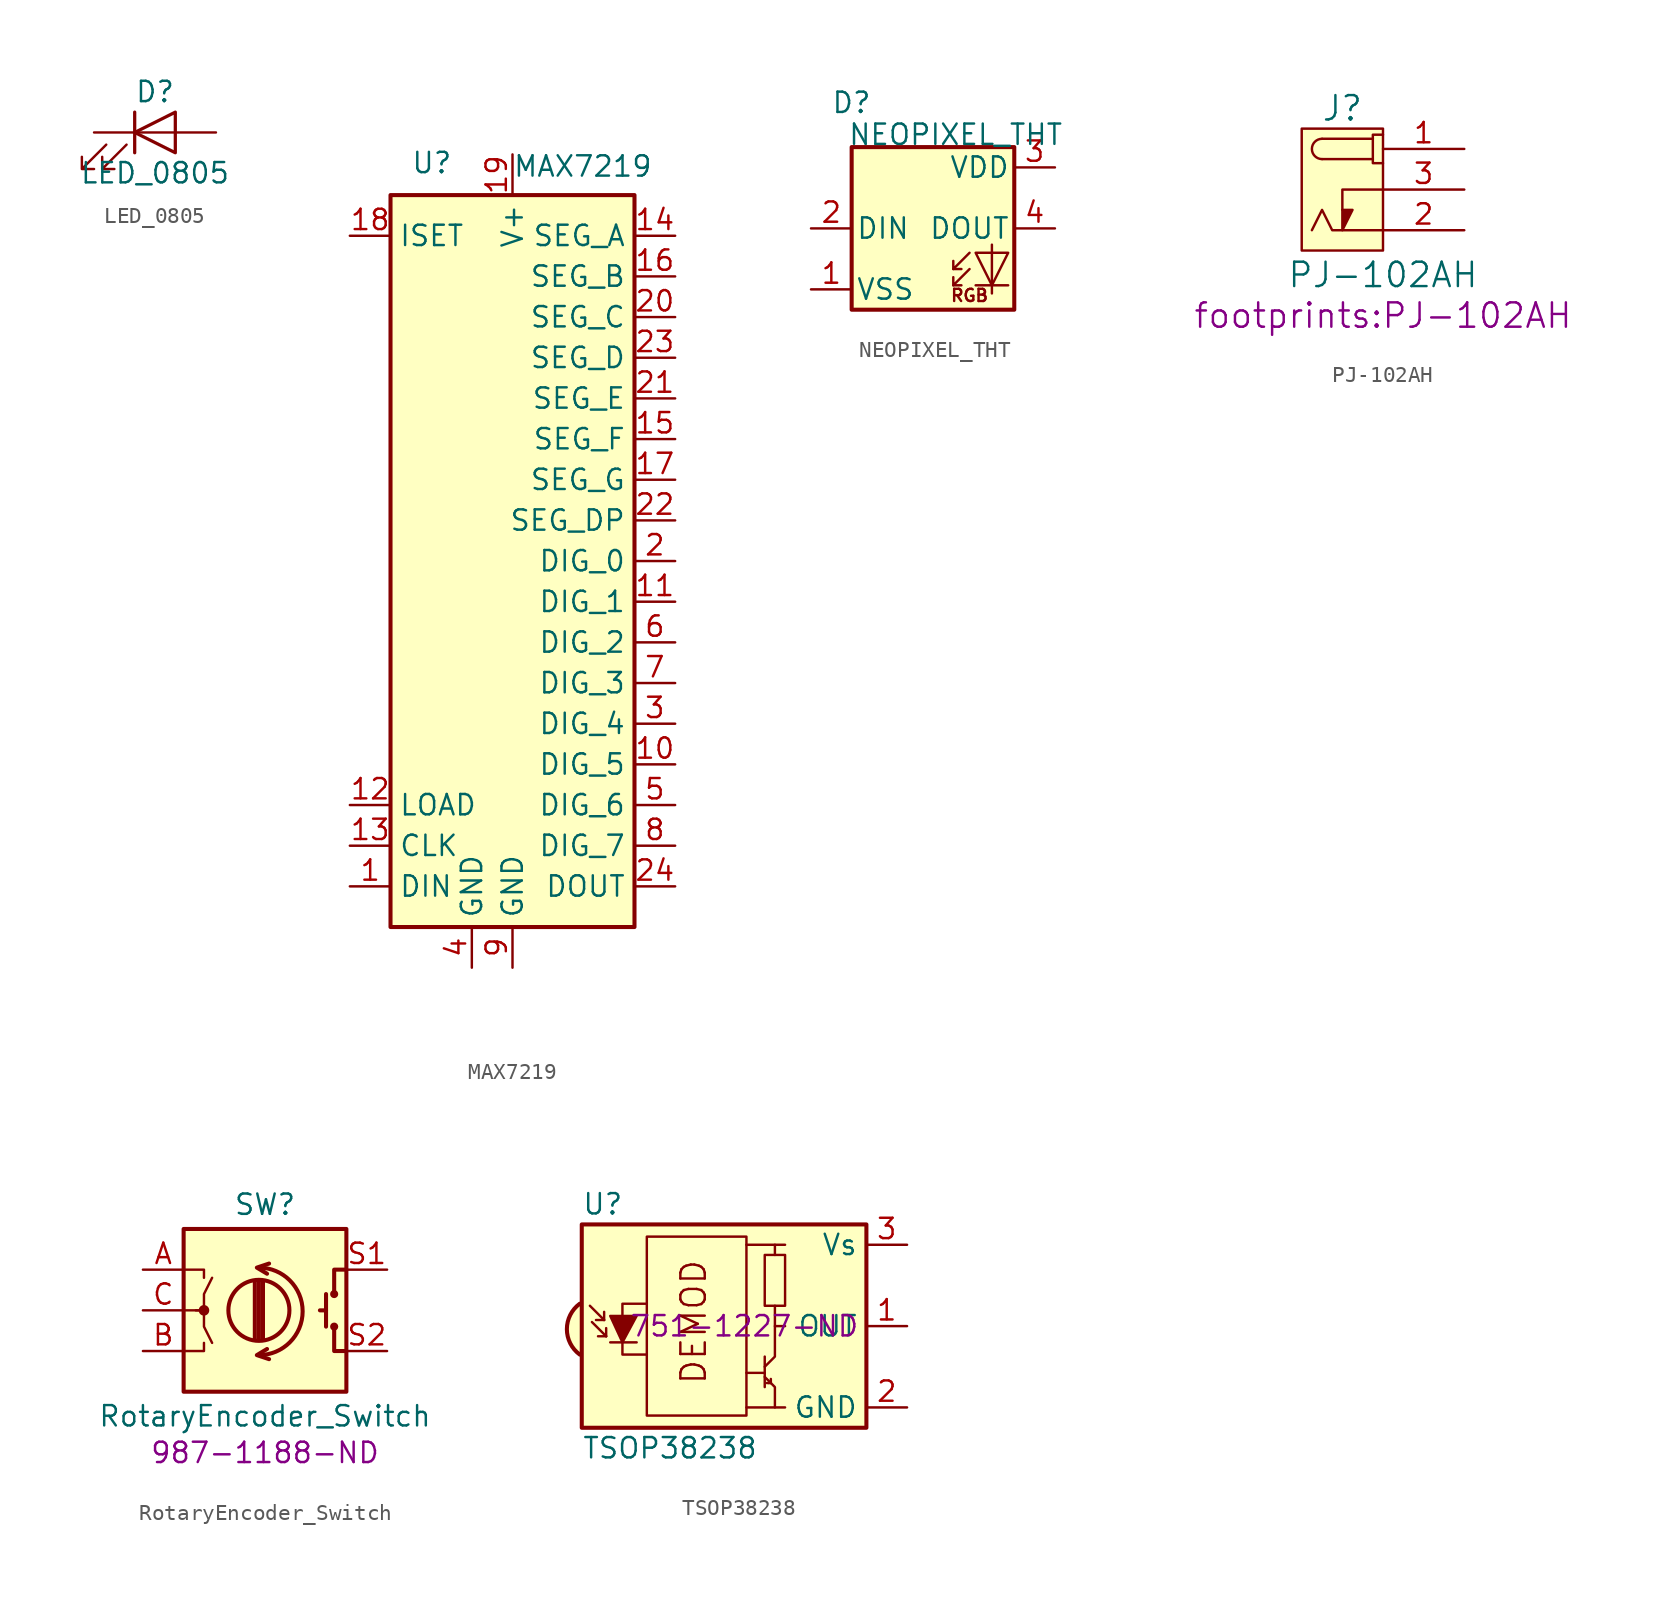
<source format=kicad_sym>
(kicad_symbol_lib
  (version 20211014)
  (generator kicad_symbol_editor)
  (symbol "LED_0805"
    (pin_numbers hide)
    (pin_names
      (offset 1.016) hide)
    (property "Reference" "D"
      (at 0 2.54 0)
      (effects (font (size 1.27 1.27))))
    (property "Value" "LED_0805"
      (at 0 -2.54 0)
      (effects (font (size 1.27 1.27))))
    (symbol "LED_0805_0_1"
      (polyline (pts (xy -1.27 -1.27) (xy -1.27 1.27)) (stroke (width 0.203) (type default) (color 0 0 0 0)) (fill (type none)))
      (polyline (pts (xy -1.27 0) (xy 1.27 0)) (stroke (width 0) (type default) (color 0 0 0 0)) (fill (type none)))
      (polyline (pts (xy 1.27 -1.27) (xy 1.27 1.27) (xy -1.27 0) (xy 1.27 -1.27)) (stroke (width 0.203) (type default) (color 0 0 0 0)) (fill (type none)))
      (polyline (pts (xy -3.048 -0.762) (xy -4.572 -2.286) (xy -3.81 -2.286) (xy -4.572 -2.286) (xy -4.572 -1.524)) (stroke (width 0) (type default) (color 0 0 0 0)) (fill (type none)))
      (polyline (pts (xy -1.778 -0.762) (xy -3.302 -2.286) (xy -2.54 -2.286) (xy -3.302 -2.286) (xy -3.302 -1.524)) (stroke (width 0) (type default) (color 0 0 0 0)) (fill (type none))))
    (symbol "LED_0805_1_1"
      (pin passive line (at -3.81 0 0) (length 2.54) (name "K" (effects (font (size 1.27 1.27)))) (number "1" (effects (font (size 1.27 1.27)))))
      (pin passive line (at 3.81 0 180) (length 2.54) (name "A" (effects (font (size 1.27 1.27)))) (number "2" (effects (font (size 1.27 1.27)))))))
  (symbol "MAX7219"
    (property "Reference" "U"
      (at -6.35 24.13 0)
      (effects (font (size 1.27 1.27)) (justify left bottom)))
    (property "Value" "MAX7219"
      (at 0 25.4 0)
      (effects (font (size 1.27 1.27)) (justify left top)))
    (symbol "MAX7219_0_1"
      (rectangle (start -7.62 22.86) (end 7.62 -22.86) (stroke (width 0.254) (type default) (color 0 0 0 0)) (fill (type background))))
    (symbol "MAX7219_1_1"
      (pin input line (at -10.16 -20.32 0) (length 2.54) (name "DIN" (effects (font (size 1.27 1.27)))) (number "1" (effects (font (size 1.27 1.27)))))
      (pin output line (at 10.16 -12.7 180) (length 2.54) (name "DIG_5" (effects (font (size 1.27 1.27)))) (number "10" (effects (font (size 1.27 1.27)))))
      (pin output line (at 10.16 -2.54 180) (length 2.54) (name "DIG_1" (effects (font (size 1.27 1.27)))) (number "11" (effects (font (size 1.27 1.27)))))
      (pin input line (at -10.16 -15.24 0) (length 2.54) (name "LOAD" (effects (font (size 1.27 1.27)))) (number "12" (effects (font (size 1.27 1.27)))))
      (pin input line (at -10.16 -17.78 0) (length 2.54) (name "CLK" (effects (font (size 1.27 1.27)))) (number "13" (effects (font (size 1.27 1.27)))))
      (pin output line (at 10.16 20.32 180) (length 2.54) (name "SEG_A" (effects (font (size 1.27 1.27)))) (number "14" (effects (font (size 1.27 1.27)))))
      (pin output line (at 10.16 7.62 180) (length 2.54) (name "SEG_F" (effects (font (size 1.27 1.27)))) (number "15" (effects (font (size 1.27 1.27)))))
      (pin output line (at 10.16 17.78 180) (length 2.54) (name "SEG_B" (effects (font (size 1.27 1.27)))) (number "16" (effects (font (size 1.27 1.27)))))
      (pin output line (at 10.16 5.08 180) (length 2.54) (name "SEG_G" (effects (font (size 1.27 1.27)))) (number "17" (effects (font (size 1.27 1.27)))))
      (pin input line (at -10.16 20.32 0) (length 2.54) (name "ISET" (effects (font (size 1.27 1.27)))) (number "18" (effects (font (size 1.27 1.27)))))
      (pin power_in line (at 0 25.4 270) (length 2.54) (name "V+" (effects (font (size 1.27 1.27)))) (number "19" (effects (font (size 1.27 1.27)))))
      (pin output line (at 10.16 0 180) (length 2.54) (name "DIG_0" (effects (font (size 1.27 1.27)))) (number "2" (effects (font (size 1.27 1.27)))))
      (pin output line (at 10.16 15.24 180) (length 2.54) (name "SEG_C" (effects (font (size 1.27 1.27)))) (number "20" (effects (font (size 1.27 1.27)))))
      (pin output line (at 10.16 10.16 180) (length 2.54) (name "SEG_E" (effects (font (size 1.27 1.27)))) (number "21" (effects (font (size 1.27 1.27)))))
      (pin output line (at 10.16 2.54 180) (length 2.54) (name "SEG_DP" (effects (font (size 1.27 1.27)))) (number "22" (effects (font (size 1.27 1.27)))))
      (pin output line (at 10.16 12.7 180) (length 2.54) (name "SEG_D" (effects (font (size 1.27 1.27)))) (number "23" (effects (font (size 1.27 1.27)))))
      (pin output line (at 10.16 -20.32 180) (length 2.54) (name "DOUT" (effects (font (size 1.27 1.27)))) (number "24" (effects (font (size 1.27 1.27)))))
      (pin output line (at 10.16 -10.16 180) (length 2.54) (name "DIG_4" (effects (font (size 1.27 1.27)))) (number "3" (effects (font (size 1.27 1.27)))))
      (pin power_in line (at -2.54 -25.4 90) (length 2.54) (name "GND" (effects (font (size 1.27 1.27)))) (number "4" (effects (font (size 1.27 1.27)))))
      (pin output line (at 10.16 -15.24 180) (length 2.54) (name "DIG_6" (effects (font (size 1.27 1.27)))) (number "5" (effects (font (size 1.27 1.27)))))
      (pin output line (at 10.16 -5.08 180) (length 2.54) (name "DIG_2" (effects (font (size 1.27 1.27)))) (number "6" (effects (font (size 1.27 1.27)))))
      (pin output line (at 10.16 -7.62 180) (length 2.54) (name "DIG_3" (effects (font (size 1.27 1.27)))) (number "7" (effects (font (size 1.27 1.27)))))
      (pin output line (at 10.16 -17.78 180) (length 2.54) (name "DIG_7" (effects (font (size 1.27 1.27)))) (number "8" (effects (font (size 1.27 1.27)))))
      (pin power_in line (at 0 -25.4 90) (length 2.54) (name "GND" (effects (font (size 1.27 1.27)))) (number "9" (effects (font (size 1.27 1.27)))))))
  (symbol "NEOPIXEL_THT"
    (pin_names
      (offset 0.254))
    (property "Reference" "D"
      (at -3.81 7.112 0)
      (effects (font (size 1.27 1.27)) (justify right bottom)))
    (property "Value" "NEOPIXEL_THT"
      (at -5.334 6.604 0)
      (effects (font (size 1.27 1.27)) (justify left top)))
    (symbol "NEOPIXEL_THT_0_0"
      (text "RGB" (at 2.286 -4.191 0) (effects (font (size 0.762 0.762)))))
    (symbol "NEOPIXEL_THT_0_1"
      (polyline (pts (xy 1.27 -3.556) (xy 1.778 -3.556)) (stroke (width 0) (type default) (color 0 0 0 0)) (fill (type none)))
      (polyline (pts (xy 1.27 -2.54) (xy 1.778 -2.54)) (stroke (width 0) (type default) (color 0 0 0 0)) (fill (type none)))
      (polyline (pts (xy 4.699 -3.556) (xy 2.667 -3.556)) (stroke (width 0) (type default) (color 0 0 0 0)) (fill (type none)))
      (polyline (pts (xy 2.286 -2.54) (xy 1.27 -3.556) (xy 1.27 -3.048)) (stroke (width 0) (type default) (color 0 0 0 0)) (fill (type none)))
      (polyline (pts (xy 2.286 -1.524) (xy 1.27 -2.54) (xy 1.27 -2.032)) (stroke (width 0) (type default) (color 0 0 0 0)) (fill (type none)))
      (polyline (pts (xy 3.683 -1.016) (xy 3.683 -3.556) (xy 3.683 -4.064)) (stroke (width 0) (type default) (color 0 0 0 0)) (fill (type none)))
      (polyline (pts (xy 4.699 -1.524) (xy 2.667 -1.524) (xy 3.683 -3.556) (xy 4.699 -1.524)) (stroke (width 0) (type default) (color 0 0 0 0)) (fill (type none)))
      (rectangle (start 5.08 5.08) (end -5.08 -5.08) (stroke (width 0.254) (type default) (color 0 0 0 0)) (fill (type background))))
    (symbol "NEOPIXEL_THT_1_1"
      (pin power_in line (at -7.62 -3.81 0) (length 2.54) (name "VSS" (effects (font (size 1.27 1.27)))) (number "1" (effects (font (size 1.27 1.27)))))
      (pin input line (at -7.62 0 0) (length 2.54) (name "DIN" (effects (font (size 1.27 1.27)))) (number "2" (effects (font (size 1.27 1.27)))))
      (pin power_in line (at 7.62 3.81 180) (length 2.54) (name "VDD" (effects (font (size 1.27 1.27)))) (number "3" (effects (font (size 1.27 1.27)))))
      (pin output line (at 7.62 0 180) (length 2.54) (name "DOUT" (effects (font (size 1.27 1.27)))) (number "4" (effects (font (size 1.27 1.27)))))))
  (symbol "PJ-102AH"
    (pin_names
      (offset 1.016) hide)
    (property "Reference" "J"
      (at -2.54 5.08 0)
      (effects (font (size 1.524 1.524))))
    (property "Value" "PJ-102AH"
      (at 0 -5.334 0)
      (effects (font (size 1.524 1.524))))
    (property "Footprint" "footprints:PJ-102AH"
      (at 0 -7.874 0)
      (effects (font (size 1.524 1.524))))
    (symbol "PJ-102AH_0_1"
      (arc (start -3.81 3.175) (mid -4.445 2.54) (end -3.81 1.905) (stroke (width 0) (type default) (color 0 0 0 0)) (fill (type none)))
      (polyline (pts (xy -0.635 1.905) (xy -3.81 1.905)) (stroke (width 0) (type default) (color 0 0 0 0)) (fill (type none)))
      (polyline (pts (xy -0.635 1.905) (xy -0.635 3.175)) (stroke (width 0) (type default) (color 0 0 0 0)) (fill (type none)))
      (polyline (pts (xy -0.635 3.175) (xy -3.81 3.175)) (stroke (width 0) (type default) (color 0 0 0 0)) (fill (type none)))
      (polyline (pts (xy -2.54 -1.27) (xy -2.54 0) (xy 0 0)) (stroke (width 0) (type default) (color 0 0 0 0)) (fill (type none)))
      (polyline (pts (xy -0.635 1.905) (xy -0.635 1.651) (xy 0 1.651)) (stroke (width 0) (type default) (color 0 0 0 0)) (fill (type none)))
      (polyline (pts (xy -0.635 3.175) (xy -0.635 3.429) (xy 0 3.429)) (stroke (width 0) (type default) (color 0 0 0 0)) (fill (type none)))
      (polyline (pts (xy -2.54 -2.54) (xy -1.905 -1.27) (xy -2.54 -1.27) (xy -2.54 -2.54)) (stroke (width 0) (type default) (color 0 0 0 0)) (fill (type outline)))
      (polyline (pts (xy 0 -2.54) (xy -3.175 -2.54) (xy -3.81 -1.27) (xy -4.445 -2.54)) (stroke (width 0) (type default) (color 0 0 0 0)) (fill (type none)))
      (rectangle (start 0 3.81) (end -5.08 -3.81) (stroke (width 0) (type default) (color 0 0 0 0)) (fill (type background))))
    (symbol "PJ-102AH_1_1"
      (pin passive line (at 5.08 2.54 180) (length 5.08) (name "POLE" (effects (font (size 1.27 1.27)))) (number "1" (effects (font (size 1.27 1.27)))))
      (pin passive line (at 5.08 -2.54 180) (length 5.08) (name "OUT" (effects (font (size 1.27 1.27)))) (number "2" (effects (font (size 1.27 1.27)))))
      (pin passive line (at 5.08 0 180) (length 5.08) (name "OUT" (effects (font (size 1.27 1.27)))) (number "3" (effects (font (size 1.27 1.27)))))))
  (symbol "RotaryEncoder_Switch"
    (pin_names
      (offset 0.254) hide)
    (property "Reference" "SW"
      (at 0 6.604 0)
      (effects (font (size 1.27 1.27))))
    (property "Value" "RotaryEncoder_Switch"
      (at 0 -6.604 0)
      (effects (font (size 1.27 1.27))))
    (property "Digikey PN" "987-1188-ND"
      (at 0 -8.89 0)
      (effects (font (size 1.27 1.27))))
    (symbol "RotaryEncoder_Switch_0_1"
      (rectangle (start -5.08 5.08) (end 5.08 -5.08) (stroke (width 0.254) (type default) (color 0 0 0 0)) (fill (type background)))
      (circle (center -3.81 0) (radius 0.254) (stroke (width 0) (type default) (color 0 0 0 0)) (fill (type outline)))
      (arc (start -0.381 -2.794) (mid 2.3622 -0.0635) (end -0.381 2.667) (stroke (width 0.254) (type default) (color 0 0 0 0)) (fill (type none)))
      (circle (center -0.381 0) (radius 1.905) (stroke (width 0.254) (type default) (color 0 0 0 0)) (fill (type none)))
      (polyline (pts (xy -0.635 -1.778) (xy -0.635 1.778)) (stroke (width 0.254) (type default) (color 0 0 0 0)) (fill (type none)))
      (polyline (pts (xy -0.381 -1.778) (xy -0.381 1.778)) (stroke (width 0.254) (type default) (color 0 0 0 0)) (fill (type none)))
      (polyline (pts (xy -0.127 1.778) (xy -0.127 -1.778)) (stroke (width 0.254) (type default) (color 0 0 0 0)) (fill (type none)))
      (polyline (pts (xy 3.81 0) (xy 3.429 0)) (stroke (width 0.254) (type default) (color 0 0 0 0)) (fill (type none)))
      (polyline (pts (xy 3.81 1.016) (xy 3.81 -1.016)) (stroke (width 0.254) (type default) (color 0 0 0 0)) (fill (type none)))
      (polyline (pts (xy -5.08 -2.54) (xy -3.81 -2.54) (xy -3.81 -2.032)) (stroke (width 0) (type default) (color 0 0 0 0)) (fill (type none)))
      (polyline (pts (xy -5.08 2.54) (xy -3.81 2.54) (xy -3.81 2.032)) (stroke (width 0) (type default) (color 0 0 0 0)) (fill (type none)))
      (polyline (pts (xy 0.254 -3.048) (xy -0.508 -2.794) (xy 0.127 -2.413)) (stroke (width 0.254) (type default) (color 0 0 0 0)) (fill (type none)))
      (polyline (pts (xy 0.254 2.921) (xy -0.508 2.667) (xy 0.127 2.286)) (stroke (width 0.254) (type default) (color 0 0 0 0)) (fill (type none)))
      (polyline (pts (xy 5.08 -2.54) (xy 4.318 -2.54) (xy 4.318 -1.016)) (stroke (width 0.254) (type default) (color 0 0 0 0)) (fill (type none)))
      (polyline (pts (xy 5.08 2.54) (xy 4.318 2.54) (xy 4.318 1.016)) (stroke (width 0.254) (type default) (color 0 0 0 0)) (fill (type none)))
      (polyline (pts (xy -5.08 0) (xy -3.81 0) (xy -3.81 -1.016) (xy -3.302 -2.032)) (stroke (width 0) (type default) (color 0 0 0 0)) (fill (type none)))
      (polyline (pts (xy -4.318 0) (xy -3.81 0) (xy -3.81 1.016) (xy -3.302 2.032)) (stroke (width 0) (type default) (color 0 0 0 0)) (fill (type none)))
      (circle (center 4.318 -1.016) (radius 0.127) (stroke (width 0.254) (type default) (color 0 0 0 0)) (fill (type none)))
      (circle (center 4.318 1.016) (radius 0.127) (stroke (width 0.254) (type default) (color 0 0 0 0)) (fill (type none))))
    (symbol "RotaryEncoder_Switch_1_1"
      (pin passive line (at -7.62 2.54 0) (length 2.54) (name "A" (effects (font (size 1.27 1.27)))) (number "A" (effects (font (size 1.27 1.27)))))
      (pin passive line (at -7.62 -2.54 0) (length 2.54) (name "B" (effects (font (size 1.27 1.27)))) (number "B" (effects (font (size 1.27 1.27)))))
      (pin passive line (at -7.62 0 0) (length 2.54) (name "C" (effects (font (size 1.27 1.27)))) (number "C" (effects (font (size 1.27 1.27)))))
      (pin passive line (at 7.62 2.54 180) (length 2.54) (name "S1" (effects (font (size 1.27 1.27)))) (number "S1" (effects (font (size 1.27 1.27)))))
      (pin passive line (at 7.62 -2.54 180) (length 2.54) (name "S2" (effects (font (size 1.27 1.27)))) (number "S2" (effects (font (size 1.27 1.27)))))))
  (symbol "TSOP38238"
    (property "Reference" "U"
      (at -10.16 7.62 0)
      (effects (font (size 1.27 1.27)) (justify left)))
    (property "Value" "TSOP38238"
      (at -10.16 -7.62 0)
      (effects (font (size 1.27 1.27)) (justify left)))
    (property "Digikey PN" "751-1227-ND"
      (at 0 0 0)
      (effects (font (size 1.27 1.27))))
    (symbol "TSOP38238_0_0"
      (arc (start -10.287 1.397) (mid -11.0899 -0.1905) (end -10.287 -1.778) (stroke (width 0.254) (type default) (color 0 0 0 0)) (fill (type background)))
      (polyline (pts (xy 1.905 -5.08) (xy 0.127 -5.08)) (stroke (width 0) (type default) (color 0 0 0 0)) (fill (type none)))
      (polyline (pts (xy 1.905 5.08) (xy 0.127 5.08)) (stroke (width 0) (type default) (color 0 0 0 0)) (fill (type none)))
      (text "DEMOD" (at -3.175 0.254 900) (effects (font (size 1.524 1.524)))))
    (symbol "TSOP38238_0_1"
      (rectangle (start -6.096 5.588) (end 0.127 -5.588) (stroke (width 0) (type default) (color 0 0 0 0)) (fill (type none)))
      (polyline (pts (xy -8.763 0.381) (xy -9.652 1.27)) (stroke (width 0) (type default) (color 0 0 0 0)) (fill (type none)))
      (polyline (pts (xy -8.763 0.381) (xy -9.271 0.381)) (stroke (width 0) (type default) (color 0 0 0 0)) (fill (type none)))
      (polyline (pts (xy -8.763 0.381) (xy -8.763 0.889)) (stroke (width 0) (type default) (color 0 0 0 0)) (fill (type none)))
      (polyline (pts (xy -8.636 -0.635) (xy -9.525 0.254)) (stroke (width 0) (type default) (color 0 0 0 0)) (fill (type none)))
      (polyline (pts (xy -8.636 -0.635) (xy -9.144 -0.635)) (stroke (width 0) (type default) (color 0 0 0 0)) (fill (type none)))
      (polyline (pts (xy -8.636 -0.635) (xy -8.636 -0.127)) (stroke (width 0) (type default) (color 0 0 0 0)) (fill (type none)))
      (polyline (pts (xy -8.382 -1.016) (xy -6.731 -1.016)) (stroke (width 0) (type default) (color 0 0 0 0)) (fill (type none)))
      (polyline (pts (xy 1.27 -2.921) (xy 0.127 -2.921)) (stroke (width 0) (type default) (color 0 0 0 0)) (fill (type none)))
      (polyline (pts (xy 1.27 -1.905) (xy 1.27 -3.81)) (stroke (width 0) (type default) (color 0 0 0 0)) (fill (type none)))
      (polyline (pts (xy 1.397 -3.556) (xy 1.524 -3.556)) (stroke (width 0) (type default) (color 0 0 0 0)) (fill (type none)))
      (polyline (pts (xy 1.651 -3.556) (xy 1.524 -3.556)) (stroke (width 0) (type default) (color 0 0 0 0)) (fill (type none)))
      (polyline (pts (xy 1.651 -3.556) (xy 1.651 -3.302)) (stroke (width 0) (type default) (color 0 0 0 0)) (fill (type none)))
      (polyline (pts (xy 1.905 0) (xy 1.905 1.27)) (stroke (width 0) (type default) (color 0 0 0 0)) (fill (type none)))
      (polyline (pts (xy 1.905 4.445) (xy 1.905 5.08) (xy 2.54 5.08)) (stroke (width 0) (type default) (color 0 0 0 0)) (fill (type none)))
      (polyline (pts (xy -8.382 0.635) (xy -6.731 0.635) (xy -7.62 -1.016) (xy -8.382 0.635)) (stroke (width 0) (type default) (color 0 0 0 0)) (fill (type outline)))
      (polyline (pts (xy -6.096 1.397) (xy -7.62 1.397) (xy -7.62 -1.778) (xy -6.096 -1.778)) (stroke (width 0) (type default) (color 0 0 0 0)) (fill (type none)))
      (polyline (pts (xy 1.27 -3.175) (xy 1.905 -3.81) (xy 1.905 -5.08) (xy 2.54 -5.08)) (stroke (width 0) (type default) (color 0 0 0 0)) (fill (type none)))
      (polyline (pts (xy 1.27 -2.54) (xy 1.905 -1.905) (xy 1.905 0) (xy 2.54 0)) (stroke (width 0) (type default) (color 0 0 0 0)) (fill (type none)))
      (rectangle (start 2.54 1.27) (end 1.27 4.445) (stroke (width 0) (type default) (color 0 0 0 0)) (fill (type none)))
      (rectangle (start 7.62 6.35) (end -10.16 -6.35) (stroke (width 0.254) (type default) (color 0 0 0 0)) (fill (type background))))
    (symbol "TSOP38238_1_1"
      (pin output line (at 10.16 0 180) (length 2.54) (name "OUT" (effects (font (size 1.27 1.27)))) (number "1" (effects (font (size 1.27 1.27)))))
      (pin power_in line (at 10.16 -5.08 180) (length 2.54) (name "GND" (effects (font (size 1.27 1.27)))) (number "2" (effects (font (size 1.27 1.27)))))
      (pin power_in line (at 10.16 5.08 180) (length 2.54) (name "Vs" (effects (font (size 1.27 1.27)))) (number "3" (effects (font (size 1.27 1.27))))))))
</source>
